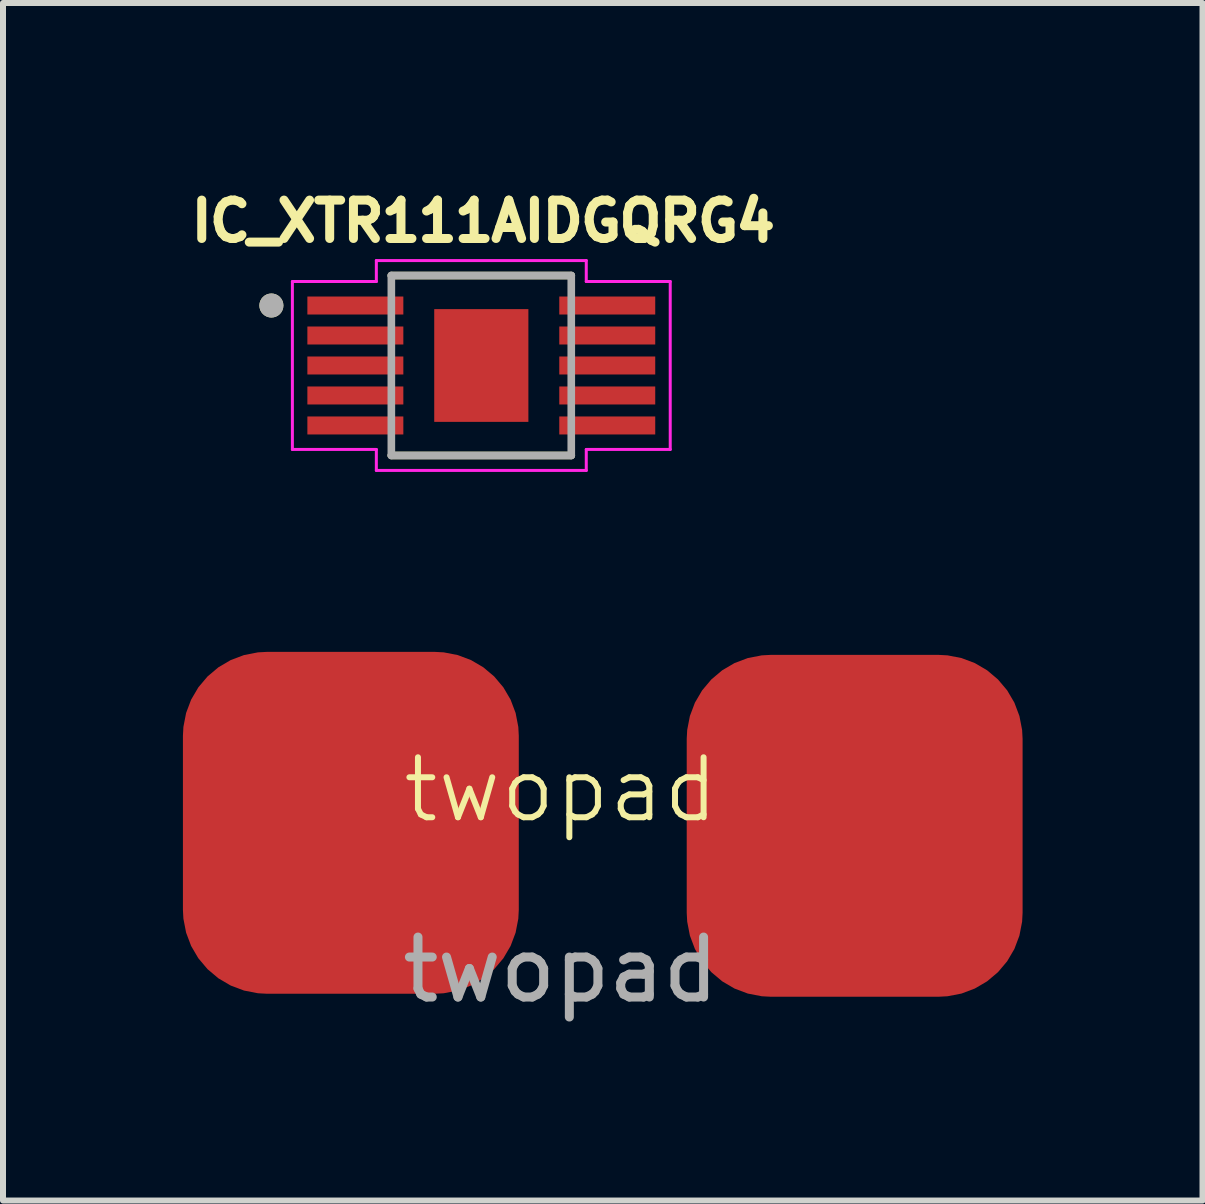
<source format=kicad_pcb>
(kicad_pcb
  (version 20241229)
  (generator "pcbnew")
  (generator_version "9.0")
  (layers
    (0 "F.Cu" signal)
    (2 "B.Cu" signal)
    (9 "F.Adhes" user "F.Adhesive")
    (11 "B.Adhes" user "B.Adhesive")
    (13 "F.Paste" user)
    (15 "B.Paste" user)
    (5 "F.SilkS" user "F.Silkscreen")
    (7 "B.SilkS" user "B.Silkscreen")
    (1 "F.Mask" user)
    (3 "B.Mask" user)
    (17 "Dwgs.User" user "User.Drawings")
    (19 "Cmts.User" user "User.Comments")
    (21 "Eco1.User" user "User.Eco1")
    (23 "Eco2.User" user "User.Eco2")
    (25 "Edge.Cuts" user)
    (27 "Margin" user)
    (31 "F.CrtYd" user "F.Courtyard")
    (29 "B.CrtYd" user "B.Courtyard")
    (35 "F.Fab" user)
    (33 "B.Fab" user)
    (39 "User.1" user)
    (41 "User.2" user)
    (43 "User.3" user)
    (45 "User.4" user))
  (footprint "twopad"
    (layer "F.Cu")
    (at 7.1 10.619)
    (property "Reference" "twopad" (at -0.8 -0.5 0) (unlocked yes) (layer "F.SilkS") (effects (font (size 1 1) (thickness 0.1))))
    (attr smd)
    (fp_text user "${REFERENCE}" (at -0.8 2.5 0) (unlocked yes) (layer "F.Fab") (effects (font (size 1 1) (thickness 0.15))))
    (pad "1" smd roundrect (at -4.3 0.05) (size 5.6 5.7) (layers "F.Cu" "F.Mask" "F.Paste") (roundrect_rratio 0.25))
    (pad "2" smd roundrect (at 4.1 0.1) (size 5.6 5.7) (layers "F.Cu" "F.Mask" "F.Paste") (roundrect_rratio 0.25)))
  (footprint "IC_XTR111AIDGQRG4"
    (layer "F.Cu")
    (at 4.975 3.044)
    (property "Reference" "IC_XTR111AIDGQRG4" (at 0.032 -2.406 0) (layer "F.SilkS") (effects (font (size 0.64 0.64) (thickness 0.15))))
    (attr smd)
    (fp_poly (pts (xy -2.95 -1.2) (xy -1.25 -1.2) (xy -1.25 -0.8) (xy -2.95 -0.8)) (stroke (width 0.01) (type solid)) (fill yes) (layer "F.Mask"))
    (fp_poly (pts (xy -2.95 -0.7) (xy -1.25 -0.7) (xy -1.25 -0.3) (xy -2.95 -0.3)) (stroke (width 0.01) (type solid)) (fill yes) (layer "F.Mask"))
    (fp_poly (pts (xy -2.95 -0.2) (xy -1.25 -0.2) (xy -1.25 0.2) (xy -2.95 0.2)) (stroke (width 0.01) (type solid)) (fill yes) (layer "F.Mask"))
    (fp_poly (pts (xy -2.95 0.3) (xy -1.25 0.3) (xy -1.25 0.7) (xy -2.95 0.7)) (stroke (width 0.01) (type solid)) (fill yes) (layer "F.Mask"))
    (fp_poly (pts (xy -2.95 0.8) (xy -1.25 0.8) (xy -1.25 1.2) (xy -2.95 1.2)) (stroke (width 0.01) (type solid)) (fill yes) (layer "F.Mask"))
    (fp_poly (pts (xy 1.25 -1.2) (xy 2.95 -1.2) (xy 2.95 -0.8) (xy 1.25 -0.8)) (stroke (width 0.01) (type solid)) (fill yes) (layer "F.Mask"))
    (fp_poly (pts (xy 1.25 -0.7) (xy 2.95 -0.7) (xy 2.95 -0.3) (xy 1.25 -0.3)) (stroke (width 0.01) (type solid)) (fill yes) (layer "F.Mask"))
    (fp_poly (pts (xy 1.25 -0.2) (xy 2.95 -0.2) (xy 2.95 0.2) (xy 1.25 0.2)) (stroke (width 0.01) (type solid)) (fill yes) (layer "F.Mask"))
    (fp_poly (pts (xy 1.25 0.3) (xy 2.95 0.3) (xy 2.95 0.7) (xy 1.25 0.7)) (stroke (width 0.01) (type solid)) (fill yes) (layer "F.Mask"))
    (fp_poly (pts (xy 1.25 0.8) (xy 2.95 0.8) (xy 2.95 1.2) (xy 1.25 1.2)) (stroke (width 0.01) (type solid)) (fill yes) (layer "F.Mask"))
    (fp_line (start -1.5 1.5) (end 1.5 1.5) (stroke (width 0.127) (type solid)) (layer "F.SilkS"))
    (fp_line (start 1.5 -1.5) (end -1.5 -1.5) (stroke (width 0.127) (type solid)) (layer "F.SilkS"))
    (fp_circle (center -3.5 -1) (end -3.4 -1) (stroke (width 0.2) (type solid)) (fill no) (layer "F.SilkS"))
    (fp_poly (pts (xy -2.875 -1.125) (xy -1.325 -1.125) (xy -1.325 -0.875) (xy -2.875 -0.875)) (stroke (width 0.01) (type solid)) (fill yes) (layer "F.Paste"))
    (fp_poly (pts (xy -2.875 -0.625) (xy -1.325 -0.625) (xy -1.325 -0.375) (xy -2.875 -0.375)) (stroke (width 0.01) (type solid)) (fill yes) (layer "F.Paste"))
    (fp_poly (pts (xy -2.875 -0.125) (xy -1.325 -0.125) (xy -1.325 0.125) (xy -2.875 0.125)) (stroke (width 0.01) (type solid)) (fill yes) (layer "F.Paste"))
    (fp_poly (pts (xy -2.875 0.375) (xy -1.325 0.375) (xy -1.325 0.625) (xy -2.875 0.625)) (stroke (width 0.01) (type solid)) (fill yes) (layer "F.Paste"))
    (fp_poly (pts (xy -2.875 0.875) (xy -1.325 0.875) (xy -1.325 1.125) (xy -2.875 1.125)) (stroke (width 0.01) (type solid)) (fill yes) (layer "F.Paste"))
    (fp_poly (pts (xy 1.325 -1.125) (xy 2.875 -1.125) (xy 2.875 -0.875) (xy 1.325 -0.875)) (stroke (width 0.01) (type solid)) (fill yes) (layer "F.Paste"))
    (fp_poly (pts (xy 1.325 -0.625) (xy 2.875 -0.625) (xy 2.875 -0.375) (xy 1.325 -0.375)) (stroke (width 0.01) (type solid)) (fill yes) (layer "F.Paste"))
    (fp_poly (pts (xy 1.325 -0.125) (xy 2.875 -0.125) (xy 2.875 0.125) (xy 1.325 0.125)) (stroke (width 0.01) (type solid)) (fill yes) (layer "F.Paste"))
    (fp_poly (pts (xy 1.325 0.375) (xy 2.875 0.375) (xy 2.875 0.625) (xy 1.325 0.625)) (stroke (width 0.01) (type solid)) (fill yes) (layer "F.Paste"))
    (fp_poly (pts (xy 1.325 0.875) (xy 2.875 0.875) (xy 2.875 1.125) (xy 1.325 1.125)) (stroke (width 0.01) (type solid)) (fill yes) (layer "F.Paste"))
    (fp_line (start -3.15 -1.4) (end -3.15 1.4) (stroke (width 0.05) (type solid)) (layer "F.CrtYd"))
    (fp_line (start -3.15 1.4) (end -1.75 1.4) (stroke (width 0.05) (type solid)) (layer "F.CrtYd"))
    (fp_line (start -1.75 -1.75) (end -1.75 -1.4) (stroke (width 0.05) (type solid)) (layer "F.CrtYd"))
    (fp_line (start -1.75 -1.4) (end -3.15 -1.4) (stroke (width 0.05) (type solid)) (layer "F.CrtYd"))
    (fp_line (start -1.75 1.4) (end -1.75 1.75) (stroke (width 0.05) (type solid)) (layer "F.CrtYd"))
    (fp_line (start -1.75 1.75) (end 1.75 1.75) (stroke (width 0.05) (type solid)) (layer "F.CrtYd"))
    (fp_line (start 1.75 -1.75) (end -1.75 -1.75) (stroke (width 0.05) (type solid)) (layer "F.CrtYd"))
    (fp_line (start 1.75 -1.4) (end 1.75 -1.75) (stroke (width 0.05) (type solid)) (layer "F.CrtYd"))
    (fp_line (start 1.75 1.4) (end 3.15 1.4) (stroke (width 0.05) (type solid)) (layer "F.CrtYd"))
    (fp_line (start 1.75 1.75) (end 1.75 1.4) (stroke (width 0.05) (type solid)) (layer "F.CrtYd"))
    (fp_line (start 3.15 -1.4) (end 1.75 -1.4) (stroke (width 0.05) (type solid)) (layer "F.CrtYd"))
    (fp_line (start 3.15 1.4) (end 3.15 -1.4) (stroke (width 0.05) (type solid)) (layer "F.CrtYd"))
    (fp_line (start -1.5 -1.5) (end -1.5 1.5) (stroke (width 0.127) (type solid)) (layer "F.Fab"))
    (fp_line (start -1.5 1.5) (end 1.5 1.5) (stroke (width 0.127) (type solid)) (layer "F.Fab"))
    (fp_line (start 1.5 -1.5) (end -1.5 -1.5) (stroke (width 0.127) (type solid)) (layer "F.Fab"))
    (fp_line (start 1.5 1.5) (end 1.5 -1.5) (stroke (width 0.127) (type solid)) (layer "F.Fab"))
    (fp_circle (center -3.5 -1) (end -3.4 -1) (stroke (width 0.2) (type solid)) (fill no) (layer "F.Fab"))
    (pad "1" smd rect (at -2.1 -1) (size 1.6 0.3) (layers "F.Cu"))
    (pad "2" smd rect (at -2.1 -0.5) (size 1.6 0.3) (layers "F.Cu"))
    (pad "3" smd rect (at -2.1 0) (size 1.6 0.3) (layers "F.Cu"))
    (pad "4" smd rect (at -2.1 0.5) (size 1.6 0.3) (layers "F.Cu"))
    (pad "5" smd rect (at -2.1 1) (size 1.6 0.3) (layers "F.Cu"))
    (pad "6" smd rect (at 2.1 1) (size 1.6 0.3) (layers "F.Cu"))
    (pad "7" smd rect (at 2.1 0.5) (size 1.6 0.3) (layers "F.Cu"))
    (pad "8" smd rect (at 2.1 0) (size 1.6 0.3) (layers "F.Cu"))
    (pad "9" smd rect (at 2.1 -0.5) (size 1.6 0.3) (layers "F.Cu"))
    (pad "10" smd rect (at 2.1 -1) (size 1.6 0.3) (layers "F.Cu"))
    (pad "11" smd rect (at 0 0) (size 1.57 1.88) (layers "F.Cu" "F.Mask" "F.Paste")))
  (gr_rect
    (start -3 -3)
    (end 17 16.967)
    (stroke (width 0.1) (type default))
    (fill no)
    (layer "Edge.Cuts")))
</source>
